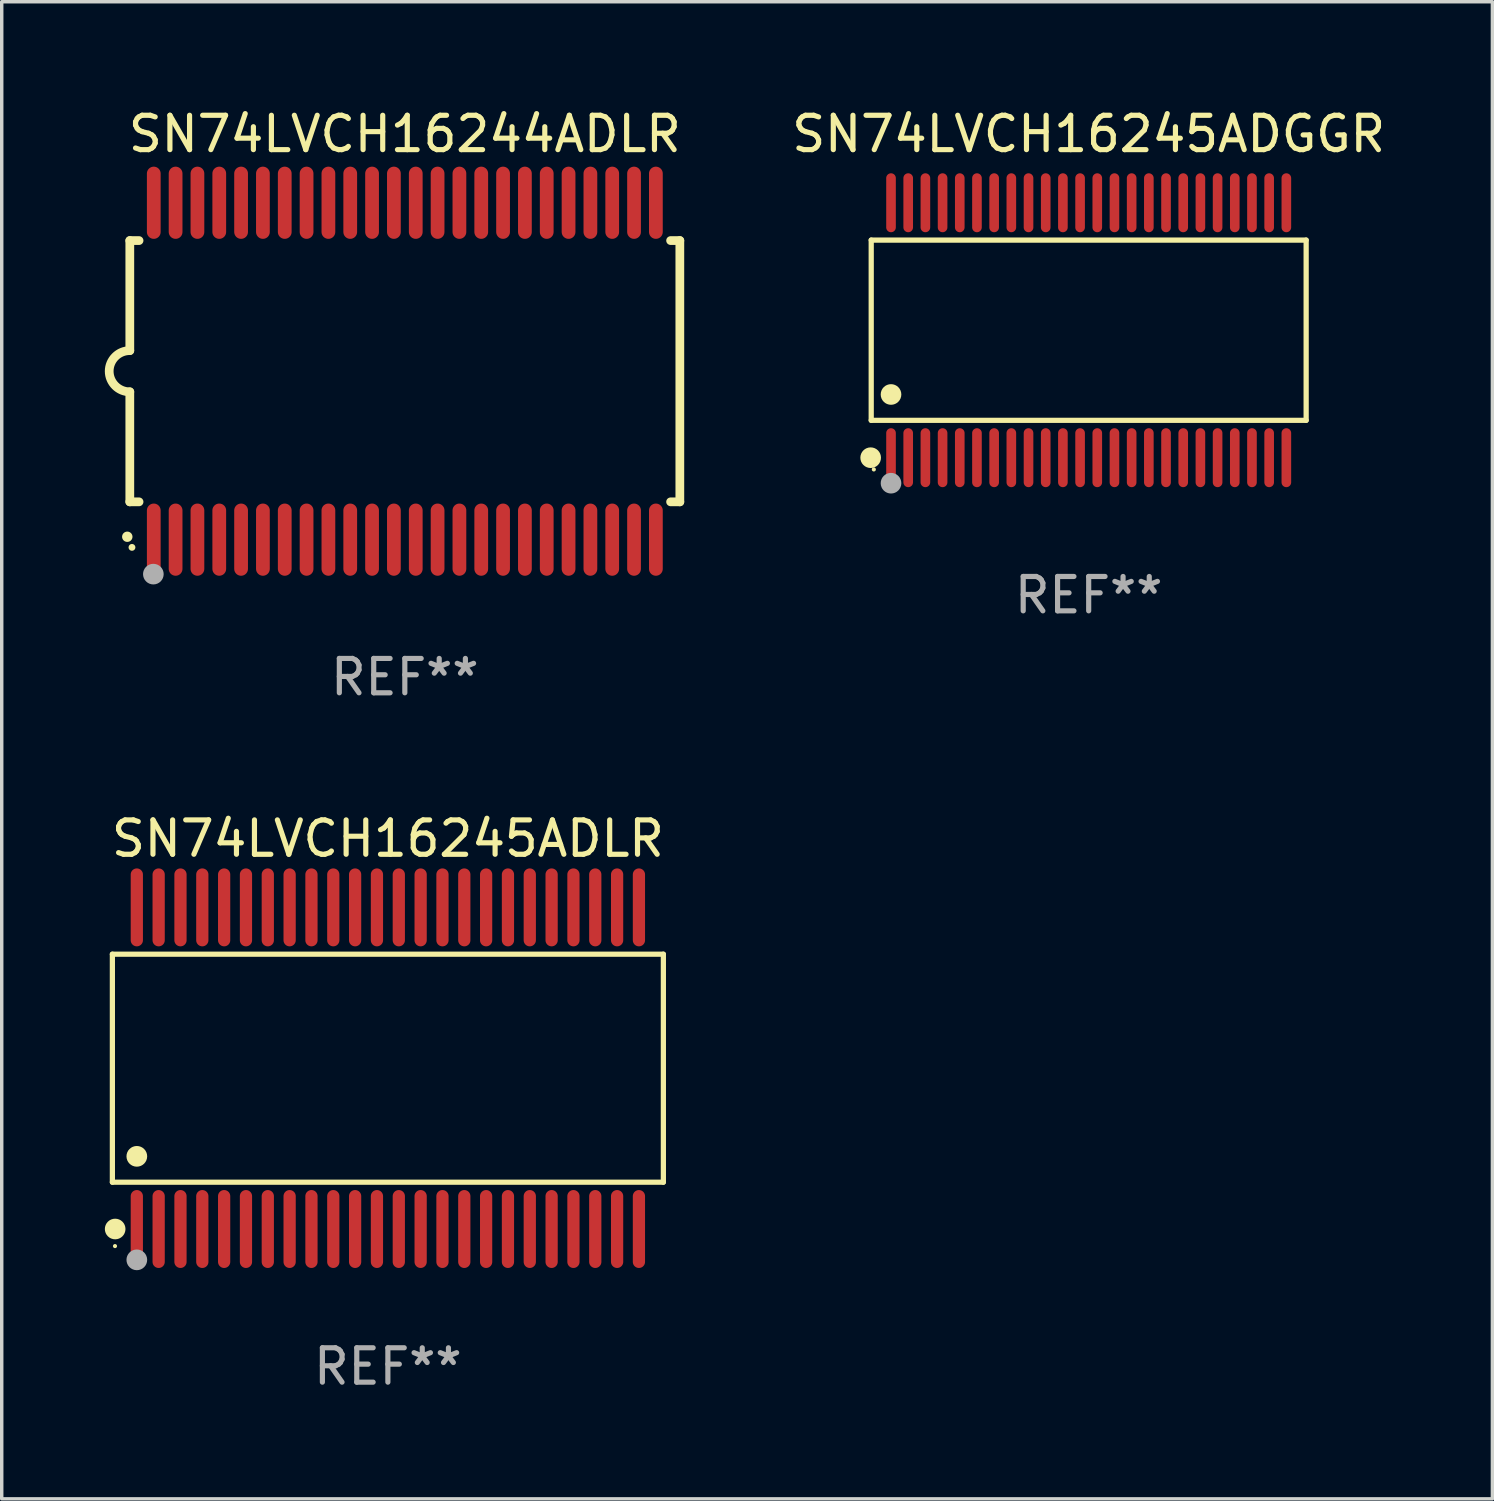
<source format=kicad_pcb>
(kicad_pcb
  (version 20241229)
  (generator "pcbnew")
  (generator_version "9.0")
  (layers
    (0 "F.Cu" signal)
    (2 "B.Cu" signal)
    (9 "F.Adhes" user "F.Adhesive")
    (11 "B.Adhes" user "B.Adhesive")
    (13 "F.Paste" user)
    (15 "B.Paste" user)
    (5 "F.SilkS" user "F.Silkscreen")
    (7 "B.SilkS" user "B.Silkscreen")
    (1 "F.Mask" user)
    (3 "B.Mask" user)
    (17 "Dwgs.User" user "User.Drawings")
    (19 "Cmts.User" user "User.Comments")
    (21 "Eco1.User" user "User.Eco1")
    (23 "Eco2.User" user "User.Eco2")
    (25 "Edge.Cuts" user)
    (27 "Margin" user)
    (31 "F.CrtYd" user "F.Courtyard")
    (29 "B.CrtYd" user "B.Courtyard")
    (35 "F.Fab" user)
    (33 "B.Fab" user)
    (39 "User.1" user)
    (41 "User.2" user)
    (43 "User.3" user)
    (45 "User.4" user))
  (footprint "SN74LVCH16244ADLR"
    (layer "F.Cu")
    (at 8.726 7.748)
    (property "Reference" "SN74LVCH16244ADLR" (at 0 -6.9 0) (layer "F.SilkS") (effects (font (size 1 1) (thickness 0.15))))
    (attr through_hole)
    (fp_line (start -8 -3.8) (end -8 -0.599) (stroke (width 0.254) (type solid)) (layer "F.SilkS"))
    (fp_line (start -8 -3.8) (end -7.731 -3.8) (stroke (width 0.254) (type solid)) (layer "F.SilkS"))
    (fp_line (start -8 3.8) (end -8 0.599) (stroke (width 0.254) (type solid)) (layer "F.SilkS"))
    (fp_line (start -7.731 3.8) (end -8 3.8) (stroke (width 0.254) (type solid)) (layer "F.SilkS"))
    (fp_line (start 7.731 -3.8) (end 8 -3.8) (stroke (width 0.254) (type solid)) (layer "F.SilkS"))
    (fp_line (start 8 -3.8) (end 8 3.8) (stroke (width 0.254) (type solid)) (layer "F.SilkS"))
    (fp_line (start 8 3.8) (end 7.731 3.8) (stroke (width 0.254) (type solid)) (layer "F.SilkS"))
    (fp_arc (start -8.074676 4.81585) (mid -8.073406 4.815845) (end -8.072136 4.81585) (stroke (width 0.3) (type solid)) (layer "F.SilkS"))
    (fp_arc (start -8.000025 0.6) (mid -8.598908 0.00056) (end -8.000027 -0.598882) (stroke (width 0.254001) (type solid)) (layer "F.SilkS"))
    (fp_circle (center -7.937 5.125) (end -7.887 5.125) (stroke (width 0.1) (type solid)) (fill no) (layer "F.SilkS"))
    (fp_circle (center -7.315 5.903) (end -7.165 5.903) (stroke (width 0.3) (type solid)) (fill no) (layer "F.Fab"))
    (fp_text user "REF**" (at 0 8.9 0) (layer "F.Fab") (effects (font (size 1 1) (thickness 0.15))))
    (pad "1" smd oval (at -7.303 4.9) (size 0.4 2.1) (layers "F.Cu" "F.Mask" "F.Paste"))
    (pad "2" smd oval (at -6.668 4.9) (size 0.4 2.1) (layers "F.Cu" "F.Mask" "F.Paste"))
    (pad "3" smd oval (at -6.033 4.9) (size 0.4 2.1) (layers "F.Cu" "F.Mask" "F.Paste"))
    (pad "4" smd oval (at -5.398 4.9) (size 0.4 2.1) (layers "F.Cu" "F.Mask" "F.Paste"))
    (pad "5" smd oval (at -4.763 4.9) (size 0.4 2.1) (layers "F.Cu" "F.Mask" "F.Paste"))
    (pad "6" smd oval (at -4.128 4.9) (size 0.4 2.1) (layers "F.Cu" "F.Mask" "F.Paste"))
    (pad "7" smd oval (at -3.493 4.9) (size 0.4 2.1) (layers "F.Cu" "F.Mask" "F.Paste"))
    (pad "8" smd oval (at -2.858 4.9) (size 0.4 2.1) (layers "F.Cu" "F.Mask" "F.Paste"))
    (pad "9" smd oval (at -2.223 4.9) (size 0.4 2.1) (layers "F.Cu" "F.Mask" "F.Paste"))
    (pad "10" smd oval (at -1.588 4.9) (size 0.4 2.1) (layers "F.Cu" "F.Mask" "F.Paste"))
    (pad "11" smd oval (at -0.953 4.9) (size 0.4 2.1) (layers "F.Cu" "F.Mask" "F.Paste"))
    (pad "12" smd oval (at -0.318 4.9) (size 0.4 2.1) (layers "F.Cu" "F.Mask" "F.Paste"))
    (pad "13" smd oval (at 0.318 4.9) (size 0.4 2.1) (layers "F.Cu" "F.Mask" "F.Paste"))
    (pad "14" smd oval (at 0.953 4.9) (size 0.4 2.1) (layers "F.Cu" "F.Mask" "F.Paste"))
    (pad "15" smd oval (at 1.588 4.9) (size 0.4 2.1) (layers "F.Cu" "F.Mask" "F.Paste"))
    (pad "16" smd oval (at 2.223 4.9) (size 0.4 2.1) (layers "F.Cu" "F.Mask" "F.Paste"))
    (pad "17" smd oval (at 2.858 4.9) (size 0.4 2.1) (layers "F.Cu" "F.Mask" "F.Paste"))
    (pad "18" smd oval (at 3.493 4.9) (size 0.4 2.1) (layers "F.Cu" "F.Mask" "F.Paste"))
    (pad "19" smd oval (at 4.128 4.9) (size 0.4 2.1) (layers "F.Cu" "F.Mask" "F.Paste"))
    (pad "20" smd oval (at 4.763 4.9) (size 0.4 2.1) (layers "F.Cu" "F.Mask" "F.Paste"))
    (pad "21" smd oval (at 5.398 4.9) (size 0.4 2.1) (layers "F.Cu" "F.Mask" "F.Paste"))
    (pad "22" smd oval (at 6.033 4.9) (size 0.4 2.1) (layers "F.Cu" "F.Mask" "F.Paste"))
    (pad "23" smd oval (at 6.668 4.9) (size 0.4 2.1) (layers "F.Cu" "F.Mask" "F.Paste"))
    (pad "24" smd oval (at 7.303 4.9) (size 0.4 2.1) (layers "F.Cu" "F.Mask" "F.Paste"))
    (pad "25" smd oval (at 7.303 -4.9 180) (size 0.4 2.1) (layers "F.Cu" "F.Mask" "F.Paste"))
    (pad "26" smd oval (at 6.668 -4.9 180) (size 0.4 2.1) (layers "F.Cu" "F.Mask" "F.Paste"))
    (pad "27" smd oval (at 6.033 -4.9 180) (size 0.4 2.1) (layers "F.Cu" "F.Mask" "F.Paste"))
    (pad "28" smd oval (at 5.398 -4.9 180) (size 0.4 2.1) (layers "F.Cu" "F.Mask" "F.Paste"))
    (pad "29" smd oval (at 4.763 -4.9 180) (size 0.4 2.1) (layers "F.Cu" "F.Mask" "F.Paste"))
    (pad "30" smd oval (at 4.128 -4.9 180) (size 0.4 2.1) (layers "F.Cu" "F.Mask" "F.Paste"))
    (pad "31" smd oval (at 3.493 -4.9 180) (size 0.4 2.1) (layers "F.Cu" "F.Mask" "F.Paste"))
    (pad "32" smd oval (at 2.858 -4.9 180) (size 0.4 2.1) (layers "F.Cu" "F.Mask" "F.Paste"))
    (pad "33" smd oval (at 2.223 -4.9 180) (size 0.4 2.1) (layers "F.Cu" "F.Mask" "F.Paste"))
    (pad "34" smd oval (at 1.588 -4.9 180) (size 0.4 2.1) (layers "F.Cu" "F.Mask" "F.Paste"))
    (pad "35" smd oval (at 0.953 -4.9 180) (size 0.4 2.1) (layers "F.Cu" "F.Mask" "F.Paste"))
    (pad "36" smd oval (at 0.318 -4.9 180) (size 0.4 2.1) (layers "F.Cu" "F.Mask" "F.Paste"))
    (pad "37" smd oval (at -0.318 -4.9 180) (size 0.4 2.1) (layers "F.Cu" "F.Mask" "F.Paste"))
    (pad "38" smd oval (at -0.953 -4.9 180) (size 0.4 2.1) (layers "F.Cu" "F.Mask" "F.Paste"))
    (pad "39" smd oval (at -1.588 -4.9 180) (size 0.4 2.1) (layers "F.Cu" "F.Mask" "F.Paste"))
    (pad "40" smd oval (at -2.223 -4.9 180) (size 0.4 2.1) (layers "F.Cu" "F.Mask" "F.Paste"))
    (pad "41" smd oval (at -2.858 -4.9 180) (size 0.4 2.1) (layers "F.Cu" "F.Mask" "F.Paste"))
    (pad "42" smd oval (at -3.493 -4.9 180) (size 0.4 2.1) (layers "F.Cu" "F.Mask" "F.Paste"))
    (pad "43" smd oval (at -4.128 -4.9 180) (size 0.4 2.1) (layers "F.Cu" "F.Mask" "F.Paste"))
    (pad "44" smd oval (at -4.763 -4.9 180) (size 0.4 2.1) (layers "F.Cu" "F.Mask" "F.Paste"))
    (pad "45" smd oval (at -5.398 -4.9 180) (size 0.4 2.1) (layers "F.Cu" "F.Mask" "F.Paste"))
    (pad "46" smd oval (at -6.033 -4.9 180) (size 0.4 2.1) (layers "F.Cu" "F.Mask" "F.Paste"))
    (pad "47" smd oval (at -6.668 -4.9 180) (size 0.4 2.1) (layers "F.Cu" "F.Mask" "F.Paste"))
    (pad "48" smd oval (at -7.303 -4.9 180) (size 0.4 2.1) (layers "F.Cu" "F.Mask" "F.Paste")))
  (footprint "SN74LVCH16245ADLR"
    (layer "F.Cu")
    (at 8.233 28.023)
    (property "Reference" "SN74LVCH16245ADLR" (at 0 -6.678 0) (layer "F.SilkS") (effects (font (size 1 1) (thickness 0.15))))
    (attr through_hole)
    (fp_line (start -8.014 -3.316) (end 8.014 -3.316) (stroke (width 0.152) (type solid)) (layer "F.SilkS"))
    (fp_line (start -8.014 3.316) (end -8.014 -3.316) (stroke (width 0.152) (type solid)) (layer "F.SilkS"))
    (fp_line (start 8.014 -3.316) (end 8.014 3.316) (stroke (width 0.152) (type solid)) (layer "F.SilkS"))
    (fp_line (start 8.014 3.316) (end -8.014 3.316) (stroke (width 0.152) (type solid)) (layer "F.SilkS"))
    (fp_circle (center -7.938 5.175) (end -7.908 5.175) (stroke (width 0.06) (type solid)) (fill no) (layer "F.SilkS"))
    (fp_circle (center -7.933 4.678) (end -7.783 4.678) (stroke (width 0.3) (type solid)) (fill no) (layer "F.SilkS"))
    (fp_circle (center -7.303 2.564) (end -7.152 2.564) (stroke (width 0.3) (type solid)) (fill no) (layer "F.SilkS"))
    (fp_circle (center -7.303 5.575) (end -7.152 5.575) (stroke (width 0.3) (type solid)) (fill no) (layer "F.Fab"))
    (fp_text user "REF**" (at 0 8.678 0) (layer "F.Fab") (effects (font (size 1 1) (thickness 0.15))))
    (pad "1" smd oval (at -7.303 4.678) (size 0.356 2.267) (layers "F.Cu" "F.Mask" "F.Paste"))
    (pad "2" smd oval (at -6.668 4.678) (size 0.356 2.267) (layers "F.Cu" "F.Mask" "F.Paste"))
    (pad "3" smd oval (at -6.033 4.678) (size 0.356 2.267) (layers "F.Cu" "F.Mask" "F.Paste"))
    (pad "4" smd oval (at -5.398 4.678) (size 0.356 2.267) (layers "F.Cu" "F.Mask" "F.Paste"))
    (pad "5" smd oval (at -4.763 4.678) (size 0.356 2.267) (layers "F.Cu" "F.Mask" "F.Paste"))
    (pad "6" smd oval (at -4.128 4.678) (size 0.356 2.267) (layers "F.Cu" "F.Mask" "F.Paste"))
    (pad "7" smd oval (at -3.493 4.678) (size 0.356 2.267) (layers "F.Cu" "F.Mask" "F.Paste"))
    (pad "8" smd oval (at -2.858 4.678) (size 0.356 2.267) (layers "F.Cu" "F.Mask" "F.Paste"))
    (pad "9" smd oval (at -2.223 4.678) (size 0.356 2.267) (layers "F.Cu" "F.Mask" "F.Paste"))
    (pad "10" smd oval (at -1.588 4.678) (size 0.356 2.267) (layers "F.Cu" "F.Mask" "F.Paste"))
    (pad "11" smd oval (at -0.953 4.678) (size 0.356 2.267) (layers "F.Cu" "F.Mask" "F.Paste"))
    (pad "12" smd oval (at -0.318 4.678) (size 0.356 2.267) (layers "F.Cu" "F.Mask" "F.Paste"))
    (pad "13" smd oval (at 0.318 4.678) (size 0.356 2.267) (layers "F.Cu" "F.Mask" "F.Paste"))
    (pad "14" smd oval (at 0.953 4.678) (size 0.356 2.267) (layers "F.Cu" "F.Mask" "F.Paste"))
    (pad "15" smd oval (at 1.588 4.678) (size 0.356 2.267) (layers "F.Cu" "F.Mask" "F.Paste"))
    (pad "16" smd oval (at 2.223 4.678) (size 0.356 2.267) (layers "F.Cu" "F.Mask" "F.Paste"))
    (pad "17" smd oval (at 2.858 4.678) (size 0.356 2.267) (layers "F.Cu" "F.Mask" "F.Paste"))
    (pad "18" smd oval (at 3.493 4.678) (size 0.356 2.267) (layers "F.Cu" "F.Mask" "F.Paste"))
    (pad "19" smd oval (at 4.128 4.678) (size 0.356 2.267) (layers "F.Cu" "F.Mask" "F.Paste"))
    (pad "20" smd oval (at 4.763 4.678) (size 0.356 2.267) (layers "F.Cu" "F.Mask" "F.Paste"))
    (pad "21" smd oval (at 5.398 4.678) (size 0.356 2.267) (layers "F.Cu" "F.Mask" "F.Paste"))
    (pad "22" smd oval (at 6.033 4.678) (size 0.356 2.267) (layers "F.Cu" "F.Mask" "F.Paste"))
    (pad "23" smd oval (at 6.668 4.678) (size 0.356 2.267) (layers "F.Cu" "F.Mask" "F.Paste"))
    (pad "24" smd oval (at 7.303 4.678) (size 0.356 2.267) (layers "F.Cu" "F.Mask" "F.Paste"))
    (pad "25" smd oval (at 7.303 -4.678) (size 0.356 2.267) (layers "F.Cu" "F.Mask" "F.Paste"))
    (pad "26" smd oval (at 6.668 -4.678) (size 0.356 2.267) (layers "F.Cu" "F.Mask" "F.Paste"))
    (pad "27" smd oval (at 6.033 -4.678) (size 0.356 2.267) (layers "F.Cu" "F.Mask" "F.Paste"))
    (pad "28" smd oval (at 5.398 -4.678) (size 0.356 2.267) (layers "F.Cu" "F.Mask" "F.Paste"))
    (pad "29" smd oval (at 4.763 -4.678) (size 0.356 2.267) (layers "F.Cu" "F.Mask" "F.Paste"))
    (pad "30" smd oval (at 4.128 -4.678) (size 0.356 2.267) (layers "F.Cu" "F.Mask" "F.Paste"))
    (pad "31" smd oval (at 3.493 -4.678) (size 0.356 2.267) (layers "F.Cu" "F.Mask" "F.Paste"))
    (pad "32" smd oval (at 2.858 -4.678) (size 0.356 2.267) (layers "F.Cu" "F.Mask" "F.Paste"))
    (pad "33" smd oval (at 2.223 -4.678) (size 0.356 2.267) (layers "F.Cu" "F.Mask" "F.Paste"))
    (pad "34" smd oval (at 1.588 -4.678) (size 0.356 2.267) (layers "F.Cu" "F.Mask" "F.Paste"))
    (pad "35" smd oval (at 0.953 -4.678) (size 0.356 2.267) (layers "F.Cu" "F.Mask" "F.Paste"))
    (pad "36" smd oval (at 0.318 -4.678) (size 0.356 2.267) (layers "F.Cu" "F.Mask" "F.Paste"))
    (pad "37" smd oval (at -0.318 -4.678) (size 0.356 2.267) (layers "F.Cu" "F.Mask" "F.Paste"))
    (pad "38" smd oval (at -0.953 -4.678) (size 0.356 2.267) (layers "F.Cu" "F.Mask" "F.Paste"))
    (pad "39" smd oval (at -1.588 -4.678) (size 0.356 2.267) (layers "F.Cu" "F.Mask" "F.Paste"))
    (pad "40" smd oval (at -2.223 -4.678) (size 0.356 2.267) (layers "F.Cu" "F.Mask" "F.Paste"))
    (pad "41" smd oval (at -2.858 -4.678) (size 0.356 2.267) (layers "F.Cu" "F.Mask" "F.Paste"))
    (pad "42" smd oval (at -3.493 -4.678) (size 0.356 2.267) (layers "F.Cu" "F.Mask" "F.Paste"))
    (pad "43" smd oval (at -4.128 -4.678) (size 0.356 2.267) (layers "F.Cu" "F.Mask" "F.Paste"))
    (pad "44" smd oval (at -4.763 -4.678) (size 0.356 2.267) (layers "F.Cu" "F.Mask" "F.Paste"))
    (pad "45" smd oval (at -5.398 -4.678) (size 0.356 2.267) (layers "F.Cu" "F.Mask" "F.Paste"))
    (pad "46" smd oval (at -6.033 -4.678) (size 0.356 2.267) (layers "F.Cu" "F.Mask" "F.Paste"))
    (pad "47" smd oval (at -6.668 -4.678) (size 0.356 2.267) (layers "F.Cu" "F.Mask" "F.Paste"))
    (pad "48" smd oval (at -7.303 -4.678) (size 0.356 2.267) (layers "F.Cu" "F.Mask" "F.Paste")))
  (footprint "SN74LVCH16245ADGGR"
    (layer "F.Cu")
    (at 28.619 6.556)
    (property "Reference" "SN74LVCH16245ADGGR" (at 0 -5.708 0) (layer "F.SilkS") (effects (font (size 1 1) (thickness 0.15))))
    (attr through_hole)
    (fp_line (start -6.326 -2.622) (end 6.326 -2.622) (stroke (width 0.152) (type solid)) (layer "F.SilkS"))
    (fp_line (start -6.326 2.621) (end -6.326 -2.622) (stroke (width 0.152) (type solid)) (layer "F.SilkS"))
    (fp_line (start 6.326 -2.622) (end 6.326 2.621) (stroke (width 0.152) (type solid)) (layer "F.SilkS"))
    (fp_line (start 6.326 2.621) (end -6.326 2.621) (stroke (width 0.152) (type solid)) (layer "F.SilkS"))
    (fp_circle (center -6.342 3.708) (end -6.192 3.708) (stroke (width 0.3) (type solid)) (fill no) (layer "F.SilkS"))
    (fp_circle (center -6.25 4.05) (end -6.22 4.05) (stroke (width 0.06) (type solid)) (fill no) (layer "F.SilkS"))
    (fp_circle (center -5.75 1.869) (end -5.6 1.869) (stroke (width 0.3) (type solid)) (fill no) (layer "F.SilkS"))
    (fp_circle (center -5.75 4.45) (end -5.6 4.45) (stroke (width 0.3) (type solid)) (fill no) (layer "F.Fab"))
    (fp_text user "REF**" (at 0 7.708 0) (layer "F.Fab") (effects (font (size 1 1) (thickness 0.15))))
    (pad "1" smd oval (at -5.75 3.708) (size 0.28 1.715) (layers "F.Cu" "F.Mask" "F.Paste"))
    (pad "2" smd oval (at -5.25 3.708) (size 0.28 1.715) (layers "F.Cu" "F.Mask" "F.Paste"))
    (pad "3" smd oval (at -4.75 3.708) (size 0.28 1.715) (layers "F.Cu" "F.Mask" "F.Paste"))
    (pad "4" smd oval (at -4.25 3.708) (size 0.28 1.715) (layers "F.Cu" "F.Mask" "F.Paste"))
    (pad "5" smd oval (at -3.75 3.708) (size 0.28 1.715) (layers "F.Cu" "F.Mask" "F.Paste"))
    (pad "6" smd oval (at -3.25 3.708) (size 0.28 1.715) (layers "F.Cu" "F.Mask" "F.Paste"))
    (pad "7" smd oval (at -2.75 3.708) (size 0.28 1.715) (layers "F.Cu" "F.Mask" "F.Paste"))
    (pad "8" smd oval (at -2.25 3.708) (size 0.28 1.715) (layers "F.Cu" "F.Mask" "F.Paste"))
    (pad "9" smd oval (at -1.75 3.708) (size 0.28 1.715) (layers "F.Cu" "F.Mask" "F.Paste"))
    (pad "10" smd oval (at -1.25 3.708) (size 0.28 1.715) (layers "F.Cu" "F.Mask" "F.Paste"))
    (pad "11" smd oval (at -0.75 3.708) (size 0.28 1.715) (layers "F.Cu" "F.Mask" "F.Paste"))
    (pad "12" smd oval (at -0.25 3.708) (size 0.28 1.715) (layers "F.Cu" "F.Mask" "F.Paste"))
    (pad "13" smd oval (at 0.25 3.708) (size 0.28 1.715) (layers "F.Cu" "F.Mask" "F.Paste"))
    (pad "14" smd oval (at 0.75 3.708) (size 0.28 1.715) (layers "F.Cu" "F.Mask" "F.Paste"))
    (pad "15" smd oval (at 1.25 3.708) (size 0.28 1.715) (layers "F.Cu" "F.Mask" "F.Paste"))
    (pad "16" smd oval (at 1.75 3.708) (size 0.28 1.715) (layers "F.Cu" "F.Mask" "F.Paste"))
    (pad "17" smd oval (at 2.25 3.708) (size 0.28 1.715) (layers "F.Cu" "F.Mask" "F.Paste"))
    (pad "18" smd oval (at 2.75 3.708) (size 0.28 1.715) (layers "F.Cu" "F.Mask" "F.Paste"))
    (pad "19" smd oval (at 3.25 3.708) (size 0.28 1.715) (layers "F.Cu" "F.Mask" "F.Paste"))
    (pad "20" smd oval (at 3.75 3.708) (size 0.28 1.715) (layers "F.Cu" "F.Mask" "F.Paste"))
    (pad "21" smd oval (at 4.25 3.708) (size 0.28 1.715) (layers "F.Cu" "F.Mask" "F.Paste"))
    (pad "22" smd oval (at 4.75 3.708) (size 0.28 1.715) (layers "F.Cu" "F.Mask" "F.Paste"))
    (pad "23" smd oval (at 5.25 3.708) (size 0.28 1.715) (layers "F.Cu" "F.Mask" "F.Paste"))
    (pad "24" smd oval (at 5.75 3.708) (size 0.28 1.715) (layers "F.Cu" "F.Mask" "F.Paste"))
    (pad "25" smd oval (at 5.75 -3.708) (size 0.28 1.715) (layers "F.Cu" "F.Mask" "F.Paste"))
    (pad "26" smd oval (at 5.25 -3.708) (size 0.28 1.715) (layers "F.Cu" "F.Mask" "F.Paste"))
    (pad "27" smd oval (at 4.75 -3.708) (size 0.28 1.715) (layers "F.Cu" "F.Mask" "F.Paste"))
    (pad "28" smd oval (at 4.25 -3.708) (size 0.28 1.715) (layers "F.Cu" "F.Mask" "F.Paste"))
    (pad "29" smd oval (at 3.75 -3.708) (size 0.28 1.715) (layers "F.Cu" "F.Mask" "F.Paste"))
    (pad "30" smd oval (at 3.25 -3.708) (size 0.28 1.715) (layers "F.Cu" "F.Mask" "F.Paste"))
    (pad "31" smd oval (at 2.75 -3.708) (size 0.28 1.715) (layers "F.Cu" "F.Mask" "F.Paste"))
    (pad "32" smd oval (at 2.25 -3.708) (size 0.28 1.715) (layers "F.Cu" "F.Mask" "F.Paste"))
    (pad "33" smd oval (at 1.75 -3.708) (size 0.28 1.715) (layers "F.Cu" "F.Mask" "F.Paste"))
    (pad "34" smd oval (at 1.25 -3.708) (size 0.28 1.715) (layers "F.Cu" "F.Mask" "F.Paste"))
    (pad "35" smd oval (at 0.75 -3.708) (size 0.28 1.715) (layers "F.Cu" "F.Mask" "F.Paste"))
    (pad "36" smd oval (at 0.25 -3.708) (size 0.28 1.715) (layers "F.Cu" "F.Mask" "F.Paste"))
    (pad "37" smd oval (at -0.25 -3.708) (size 0.28 1.715) (layers "F.Cu" "F.Mask" "F.Paste"))
    (pad "38" smd oval (at -0.75 -3.708) (size 0.28 1.715) (layers "F.Cu" "F.Mask" "F.Paste"))
    (pad "39" smd oval (at -1.25 -3.708) (size 0.28 1.715) (layers "F.Cu" "F.Mask" "F.Paste"))
    (pad "40" smd oval (at -1.75 -3.708) (size 0.28 1.715) (layers "F.Cu" "F.Mask" "F.Paste"))
    (pad "41" smd oval (at -2.25 -3.708) (size 0.28 1.715) (layers "F.Cu" "F.Mask" "F.Paste"))
    (pad "42" smd oval (at -2.75 -3.708) (size 0.28 1.715) (layers "F.Cu" "F.Mask" "F.Paste"))
    (pad "43" smd oval (at -3.25 -3.708) (size 0.28 1.715) (layers "F.Cu" "F.Mask" "F.Paste"))
    (pad "44" smd oval (at -3.75 -3.708) (size 0.28 1.715) (layers "F.Cu" "F.Mask" "F.Paste"))
    (pad "45" smd oval (at -4.25 -3.708) (size 0.28 1.715) (layers "F.Cu" "F.Mask" "F.Paste"))
    (pad "46" smd oval (at -4.75 -3.708) (size 0.28 1.715) (layers "F.Cu" "F.Mask" "F.Paste"))
    (pad "47" smd oval (at -5.25 -3.708) (size 0.28 1.715) (layers "F.Cu" "F.Mask" "F.Paste"))
    (pad "48" smd oval (at -5.75 -3.708) (size 0.28 1.715) (layers "F.Cu" "F.Mask" "F.Paste")))
  (gr_rect
    (start -3 -3)
    (end 40.363 40.55)
    (stroke (width 0.1) (type default))
    (fill no)
    (layer "Edge.Cuts")))
</source>
